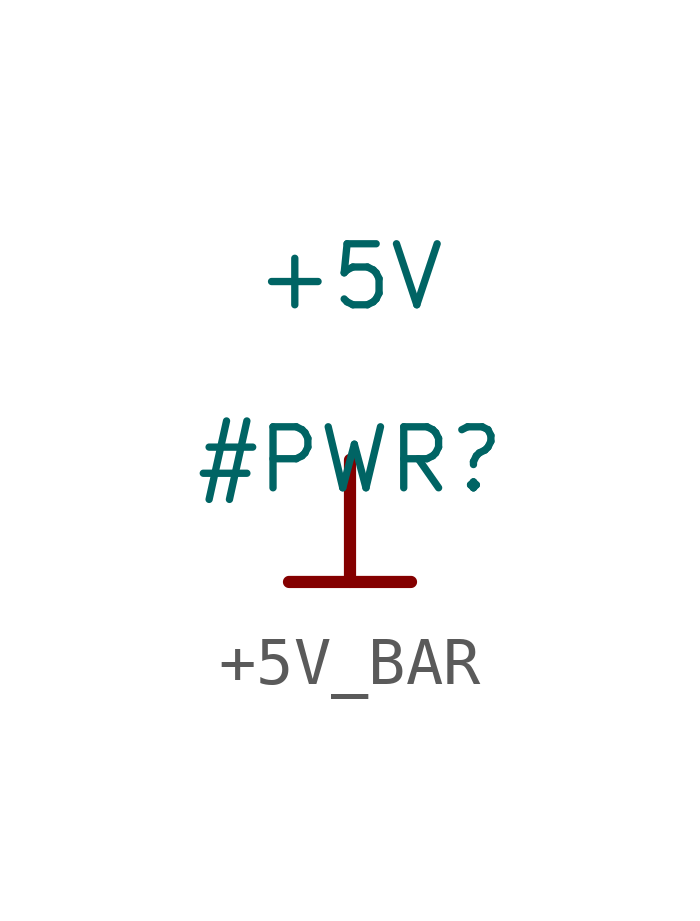
<source format=kicad_sym>
(kicad_symbol_lib
  (version 20231120)
  (generator "kicad_symbol_editor")
  (generator_version "8.0")
  (symbol "+5V_BAR"
    (power)
    (property "Reference" "#PWR"
      (at 0 0 0)
      (effects (font (size 1.27 1.27))))
    (property "Value" "+5V"
      (at 0 3.81 0)
      (effects (font (size 1.27 1.27))))
    (symbol "+5V_BAR_0_0"
      (polyline (pts (xy -1.27 -2.54) (xy 1.27 -2.54)) (stroke (width 0.254) (type solid)) (fill (type none)))
      (polyline (pts (xy 0 0) (xy 0 -2.54)) (stroke (width 0.254) (type solid)) (fill (type none)))
      (pin power_in line (at 0 0 0) (length 0) hide (name "+5V" (effects (font (size 1.27 1.27)))) (number "" (effects (font (size 1.27 1.27))))))))
</source>
